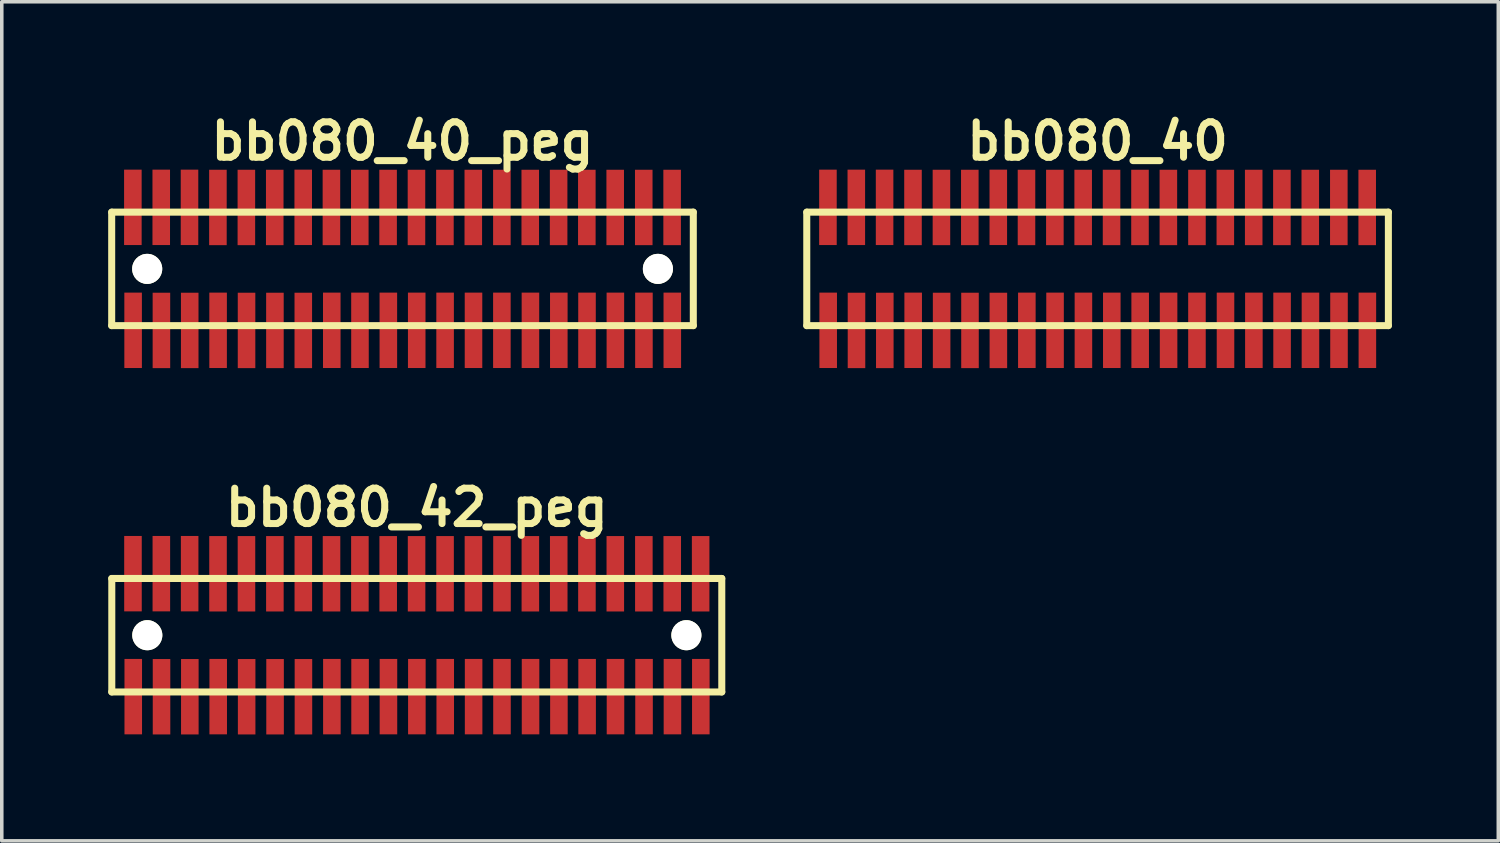
<source format=kicad_pcb>
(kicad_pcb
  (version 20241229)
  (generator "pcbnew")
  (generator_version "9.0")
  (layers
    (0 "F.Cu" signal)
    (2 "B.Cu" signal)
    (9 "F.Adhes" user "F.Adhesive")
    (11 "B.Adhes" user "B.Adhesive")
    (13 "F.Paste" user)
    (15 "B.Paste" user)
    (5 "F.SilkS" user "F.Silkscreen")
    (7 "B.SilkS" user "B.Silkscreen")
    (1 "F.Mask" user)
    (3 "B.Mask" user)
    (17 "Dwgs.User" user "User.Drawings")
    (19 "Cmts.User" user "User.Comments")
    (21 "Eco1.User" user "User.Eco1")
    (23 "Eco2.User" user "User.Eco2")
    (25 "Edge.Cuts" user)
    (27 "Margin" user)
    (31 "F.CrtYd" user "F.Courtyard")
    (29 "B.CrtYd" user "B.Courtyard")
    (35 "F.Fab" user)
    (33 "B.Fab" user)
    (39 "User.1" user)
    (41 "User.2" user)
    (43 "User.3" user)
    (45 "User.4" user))
  (footprint "bb080_42_peg"
    (layer "F.Cu")
    (at 8.7 14.859)
    (property "Reference" "bb080_42_peg" (at 0 -3.599 0) (layer "F.SilkS") (effects (font (size 0.998 0.998) (thickness 0.198))))
    (attr through_hole)
    (fp_line (start -8.6 -1.6) (end 8.6 -1.6) (stroke (width 0.198) (type solid)) (layer "F.SilkS"))
    (fp_line (start -8.598 -1.6) (end -8.598 1.6) (stroke (width 0.198) (type solid)) (layer "F.SilkS"))
    (fp_line (start 8.6 1.6) (end -8.6 1.6) (stroke (width 0.198) (type solid)) (layer "F.SilkS"))
    (fp_line (start 8.6 1.6) (end 8.6 -1.6) (stroke (width 0.198) (type solid)) (layer "F.SilkS"))
    (pad "" np_thru_hole circle (at -7.597 0) (size 0.848 0.848) (drill 0.848) (layers "*.Cu" "*.Mask" "F.SilkS"))
    (pad "" np_thru_hole circle (at 7.602 0) (size 0.848 0.848) (drill 0.848) (layers "*.Cu" "*.Mask" "F.SilkS"))
    (pad "1" smd rect (at -7.993 1.732) (size 0.495 2.126) (layers "F.Cu" "F.Mask" "F.Paste"))
    (pad "2" smd rect (at -8.001 -1.735) (size 0.495 2.126) (layers "F.Cu" "F.Mask" "F.Paste"))
    (pad "3" smd rect (at -7.196 1.735) (size 0.495 2.126) (layers "F.Cu" "F.Mask" "F.Paste"))
    (pad "4" smd rect (at -7.201 -1.735) (size 0.495 2.126) (layers "F.Cu" "F.Mask" "F.Paste"))
    (pad "5" smd rect (at -6.398 1.735) (size 0.495 2.126) (layers "F.Cu" "F.Mask" "F.Paste"))
    (pad "6" smd rect (at -6.403 -1.735) (size 0.495 2.126) (layers "F.Cu" "F.Mask" "F.Paste"))
    (pad "7" smd rect (at -5.598 1.732) (size 0.495 2.126) (layers "F.Cu" "F.Mask" "F.Paste"))
    (pad "8" smd rect (at -5.603 -1.732) (size 0.495 2.126) (layers "F.Cu" "F.Mask" "F.Paste"))
    (pad "9" smd rect (at -4.796 1.735) (size 0.495 2.126) (layers "F.Cu" "F.Mask" "F.Paste"))
    (pad "10" smd rect (at -4.801 -1.732) (size 0.495 2.126) (layers "F.Cu" "F.Mask" "F.Paste"))
    (pad "11" smd rect (at -3.995 1.735) (size 0.495 2.126) (layers "F.Cu" "F.Mask" "F.Paste"))
    (pad "12" smd rect (at -4 -1.732) (size 0.495 2.126) (layers "F.Cu" "F.Mask" "F.Paste"))
    (pad "13" smd rect (at -3.195 1.735) (size 0.495 2.126) (layers "F.Cu" "F.Mask" "F.Paste"))
    (pad "14" smd rect (at -3.198 -1.735) (size 0.495 2.126) (layers "F.Cu" "F.Mask" "F.Paste"))
    (pad "15" smd rect (at -2.393 1.732) (size 0.495 2.126) (layers "F.Cu" "F.Mask" "F.Paste"))
    (pad "16" smd rect (at -2.403 -1.732) (size 0.495 2.126) (layers "F.Cu" "F.Mask" "F.Paste"))
    (pad "17" smd rect (at -1.598 1.732) (size 0.495 2.126) (layers "F.Cu" "F.Mask" "F.Paste"))
    (pad "18" smd rect (at -1.603 -1.732) (size 0.495 2.126) (layers "F.Cu" "F.Mask" "F.Paste"))
    (pad "19" smd rect (at -0.798 1.732) (size 0.495 2.126) (layers "F.Cu" "F.Mask" "F.Paste"))
    (pad "20" smd rect (at -0.805 -1.732) (size 0.495 2.126) (layers "F.Cu" "F.Mask" "F.Paste"))
    (pad "21" smd rect (at 0.003 1.732) (size 0.495 2.126) (layers "F.Cu" "F.Mask" "F.Paste"))
    (pad "22" smd rect (at -0.005 -1.732) (size 0.495 2.126) (layers "F.Cu" "F.Mask" "F.Paste"))
    (pad "23" smd rect (at 0.803 1.732) (size 0.495 2.126) (layers "F.Cu" "F.Mask" "F.Paste"))
    (pad "24" smd rect (at 0.798 -1.732) (size 0.495 2.126) (layers "F.Cu" "F.Mask" "F.Paste"))
    (pad "25" smd rect (at 1.603 1.732) (size 0.495 2.126) (layers "F.Cu" "F.Mask" "F.Paste"))
    (pad "26" smd rect (at 1.598 -1.732) (size 0.495 2.126) (layers "F.Cu" "F.Mask" "F.Paste"))
    (pad "27" smd rect (at 2.403 1.732) (size 0.495 2.126) (layers "F.Cu" "F.Mask" "F.Paste"))
    (pad "28" smd rect (at 2.403 -1.732) (size 0.495 2.126) (layers "F.Cu" "F.Mask" "F.Paste"))
    (pad "29" smd rect (at 3.208 1.732) (size 0.495 2.126) (layers "F.Cu" "F.Mask" "F.Paste"))
    (pad "30" smd rect (at 3.203 -1.732) (size 0.495 2.126) (layers "F.Cu" "F.Mask" "F.Paste"))
    (pad "31" smd rect (at 4.008 1.732) (size 0.495 2.126) (layers "F.Cu" "F.Mask" "F.Paste"))
    (pad "32" smd rect (at 4.003 -1.732) (size 0.495 2.126) (layers "F.Cu" "F.Mask" "F.Paste"))
    (pad "33" smd rect (at 4.803 1.732) (size 0.495 2.126) (layers "F.Cu" "F.Mask" "F.Paste"))
    (pad "34" smd rect (at 4.798 -1.732) (size 0.495 2.126) (layers "F.Cu" "F.Mask" "F.Paste"))
    (pad "35" smd rect (at 5.603 1.732) (size 0.495 2.126) (layers "F.Cu" "F.Mask" "F.Paste"))
    (pad "36" smd rect (at 5.598 -1.732) (size 0.495 2.126) (layers "F.Cu" "F.Mask" "F.Paste"))
    (pad "37" smd rect (at 6.408 1.732) (size 0.495 2.126) (layers "F.Cu" "F.Mask" "F.Paste"))
    (pad "38" smd rect (at 6.403 -1.732) (size 0.495 2.126) (layers "F.Cu" "F.Mask" "F.Paste"))
    (pad "39" smd rect (at 7.209 1.732) (size 0.495 2.126) (layers "F.Cu" "F.Mask" "F.Paste"))
    (pad "40" smd rect (at 7.203 -1.732) (size 0.495 2.126) (layers "F.Cu" "F.Mask" "F.Paste"))
    (pad "41" smd rect (at 8.009 1.732) (size 0.495 2.126) (layers "F.Cu" "F.Mask" "F.Paste"))
    (pad "42" smd rect (at 8.004 -1.732) (size 0.495 2.126) (layers "F.Cu" "F.Mask" "F.Paste")))
  (footprint "bb080_40_peg"
    (layer "F.Cu")
    (at 8.298 4.531)
    (property "Reference" "bb080_40_peg" (at 0 -3.599 0) (layer "F.SilkS") (effects (font (size 0.998 0.998) (thickness 0.198))))
    (attr through_hole)
    (fp_line (start -8.199 -1.6) (end -8.199 1.6) (stroke (width 0.198) (type solid)) (layer "F.SilkS"))
    (fp_line (start -8.199 -1.6) (end 8.199 -1.6) (stroke (width 0.198) (type solid)) (layer "F.SilkS"))
    (fp_line (start 8.199 1.6) (end -8.199 1.6) (stroke (width 0.198) (type solid)) (layer "F.SilkS"))
    (fp_line (start 8.199 1.6) (end 8.199 -1.6) (stroke (width 0.198) (type solid)) (layer "F.SilkS"))
    (pad "" np_thru_hole circle (at -7.198 0) (size 0.848 0.848) (drill 0.848) (layers "*.Cu" "*.Mask" "F.SilkS"))
    (pad "" np_thru_hole circle (at 7.201 0) (size 0.848 0.848) (drill 0.848) (layers "*.Cu" "*.Mask" "F.SilkS"))
    (pad "1" smd rect (at -7.595 1.732) (size 0.495 2.126) (layers "F.Cu" "F.Mask" "F.Paste"))
    (pad "2" smd rect (at -7.602 -1.735) (size 0.495 2.126) (layers "F.Cu" "F.Mask" "F.Paste"))
    (pad "3" smd rect (at -6.797 1.735) (size 0.495 2.126) (layers "F.Cu" "F.Mask" "F.Paste"))
    (pad "4" smd rect (at -6.802 -1.735) (size 0.495 2.126) (layers "F.Cu" "F.Mask" "F.Paste"))
    (pad "5" smd rect (at -5.999 1.735) (size 0.495 2.126) (layers "F.Cu" "F.Mask" "F.Paste"))
    (pad "6" smd rect (at -6.005 -1.735) (size 0.495 2.126) (layers "F.Cu" "F.Mask" "F.Paste"))
    (pad "7" smd rect (at -5.199 1.732) (size 0.495 2.126) (layers "F.Cu" "F.Mask" "F.Paste"))
    (pad "8" smd rect (at -5.204 -1.732) (size 0.495 2.126) (layers "F.Cu" "F.Mask" "F.Paste"))
    (pad "9" smd rect (at -4.397 1.735) (size 0.495 2.126) (layers "F.Cu" "F.Mask" "F.Paste"))
    (pad "10" smd rect (at -4.402 -1.732) (size 0.495 2.126) (layers "F.Cu" "F.Mask" "F.Paste"))
    (pad "11" smd rect (at -3.597 1.735) (size 0.495 2.126) (layers "F.Cu" "F.Mask" "F.Paste"))
    (pad "12" smd rect (at -3.602 -1.732) (size 0.495 2.126) (layers "F.Cu" "F.Mask" "F.Paste"))
    (pad "13" smd rect (at -2.797 1.735) (size 0.495 2.126) (layers "F.Cu" "F.Mask" "F.Paste"))
    (pad "14" smd rect (at -2.799 -1.735) (size 0.495 2.126) (layers "F.Cu" "F.Mask" "F.Paste"))
    (pad "15" smd rect (at -1.994 1.732) (size 0.495 2.126) (layers "F.Cu" "F.Mask" "F.Paste"))
    (pad "16" smd rect (at -2.004 -1.732) (size 0.495 2.126) (layers "F.Cu" "F.Mask" "F.Paste"))
    (pad "17" smd rect (at -1.199 1.732) (size 0.495 2.126) (layers "F.Cu" "F.Mask" "F.Paste"))
    (pad "18" smd rect (at -1.204 -1.732) (size 0.495 2.126) (layers "F.Cu" "F.Mask" "F.Paste"))
    (pad "19" smd rect (at -0.399 1.732) (size 0.495 2.126) (layers "F.Cu" "F.Mask" "F.Paste"))
    (pad "20" smd rect (at -0.406 -1.732) (size 0.495 2.126) (layers "F.Cu" "F.Mask" "F.Paste"))
    (pad "21" smd rect (at 0.401 1.732) (size 0.495 2.126) (layers "F.Cu" "F.Mask" "F.Paste"))
    (pad "22" smd rect (at 0.394 -1.732) (size 0.495 2.126) (layers "F.Cu" "F.Mask" "F.Paste"))
    (pad "23" smd rect (at 1.201 1.732) (size 0.495 2.126) (layers "F.Cu" "F.Mask" "F.Paste"))
    (pad "24" smd rect (at 1.196 -1.732) (size 0.495 2.126) (layers "F.Cu" "F.Mask" "F.Paste"))
    (pad "25" smd rect (at 2.002 1.732) (size 0.495 2.126) (layers "F.Cu" "F.Mask" "F.Paste"))
    (pad "26" smd rect (at 1.996 -1.732) (size 0.495 2.126) (layers "F.Cu" "F.Mask" "F.Paste"))
    (pad "27" smd rect (at 2.802 1.732) (size 0.495 2.126) (layers "F.Cu" "F.Mask" "F.Paste"))
    (pad "28" smd rect (at 2.802 -1.732) (size 0.495 2.126) (layers "F.Cu" "F.Mask" "F.Paste"))
    (pad "29" smd rect (at 3.607 1.732) (size 0.495 2.126) (layers "F.Cu" "F.Mask" "F.Paste"))
    (pad "30" smd rect (at 3.602 -1.732) (size 0.495 2.126) (layers "F.Cu" "F.Mask" "F.Paste"))
    (pad "31" smd rect (at 4.407 1.732) (size 0.495 2.126) (layers "F.Cu" "F.Mask" "F.Paste"))
    (pad "32" smd rect (at 4.402 -1.732) (size 0.495 2.126) (layers "F.Cu" "F.Mask" "F.Paste"))
    (pad "33" smd rect (at 5.202 1.732) (size 0.495 2.126) (layers "F.Cu" "F.Mask" "F.Paste"))
    (pad "34" smd rect (at 5.197 -1.732) (size 0.495 2.126) (layers "F.Cu" "F.Mask" "F.Paste"))
    (pad "35" smd rect (at 6.002 1.732) (size 0.495 2.126) (layers "F.Cu" "F.Mask" "F.Paste"))
    (pad "36" smd rect (at 5.997 -1.732) (size 0.495 2.126) (layers "F.Cu" "F.Mask" "F.Paste"))
    (pad "37" smd rect (at 6.807 1.732) (size 0.495 2.126) (layers "F.Cu" "F.Mask" "F.Paste"))
    (pad "38" smd rect (at 6.802 -1.732) (size 0.495 2.126) (layers "F.Cu" "F.Mask" "F.Paste"))
    (pad "39" smd rect (at 7.607 1.732) (size 0.495 2.126) (layers "F.Cu" "F.Mask" "F.Paste"))
    (pad "40" smd rect (at 7.602 -1.732) (size 0.495 2.126) (layers "F.Cu" "F.Mask" "F.Paste")))
  (footprint "bb080_40"
    (layer "F.Cu")
    (at 27.895 4.531)
    (property "Reference" "bb080_40" (at 0 -3.599 0) (layer "F.SilkS") (effects (font (size 0.998 0.998) (thickness 0.198))))
    (attr through_hole)
    (fp_line (start -8.199 -1.6) (end -8.199 1.6) (stroke (width 0.198) (type solid)) (layer "F.SilkS"))
    (fp_line (start -8.199 -1.6) (end 8.199 -1.6) (stroke (width 0.198) (type solid)) (layer "F.SilkS"))
    (fp_line (start 8.199 1.6) (end -8.199 1.6) (stroke (width 0.198) (type solid)) (layer "F.SilkS"))
    (fp_line (start 8.199 1.6) (end 8.199 -1.6) (stroke (width 0.198) (type solid)) (layer "F.SilkS"))
    (pad "1" smd rect (at -7.595 1.732) (size 0.495 2.126) (layers "F.Cu" "F.Mask" "F.Paste"))
    (pad "2" smd rect (at -7.602 -1.735) (size 0.495 2.126) (layers "F.Cu" "F.Mask" "F.Paste"))
    (pad "3" smd rect (at -6.797 1.735) (size 0.495 2.126) (layers "F.Cu" "F.Mask" "F.Paste"))
    (pad "4" smd rect (at -6.802 -1.735) (size 0.495 2.126) (layers "F.Cu" "F.Mask" "F.Paste"))
    (pad "5" smd rect (at -5.999 1.735) (size 0.495 2.126) (layers "F.Cu" "F.Mask" "F.Paste"))
    (pad "6" smd rect (at -6.005 -1.735) (size 0.495 2.126) (layers "F.Cu" "F.Mask" "F.Paste"))
    (pad "7" smd rect (at -5.199 1.732) (size 0.495 2.126) (layers "F.Cu" "F.Mask" "F.Paste"))
    (pad "8" smd rect (at -5.204 -1.732) (size 0.495 2.126) (layers "F.Cu" "F.Mask" "F.Paste"))
    (pad "9" smd rect (at -4.397 1.735) (size 0.495 2.126) (layers "F.Cu" "F.Mask" "F.Paste"))
    (pad "10" smd rect (at -4.402 -1.732) (size 0.495 2.126) (layers "F.Cu" "F.Mask" "F.Paste"))
    (pad "11" smd rect (at -3.597 1.735) (size 0.495 2.126) (layers "F.Cu" "F.Mask" "F.Paste"))
    (pad "12" smd rect (at -3.602 -1.732) (size 0.495 2.126) (layers "F.Cu" "F.Mask" "F.Paste"))
    (pad "13" smd rect (at -2.797 1.735) (size 0.495 2.126) (layers "F.Cu" "F.Mask" "F.Paste"))
    (pad "14" smd rect (at -2.799 -1.735) (size 0.495 2.126) (layers "F.Cu" "F.Mask" "F.Paste"))
    (pad "15" smd rect (at -1.994 1.732) (size 0.495 2.126) (layers "F.Cu" "F.Mask" "F.Paste"))
    (pad "16" smd rect (at -2.004 -1.732) (size 0.495 2.126) (layers "F.Cu" "F.Mask" "F.Paste"))
    (pad "17" smd rect (at -1.199 1.732) (size 0.495 2.126) (layers "F.Cu" "F.Mask" "F.Paste"))
    (pad "18" smd rect (at -1.204 -1.732) (size 0.495 2.126) (layers "F.Cu" "F.Mask" "F.Paste"))
    (pad "19" smd rect (at -0.399 1.732) (size 0.495 2.126) (layers "F.Cu" "F.Mask" "F.Paste"))
    (pad "20" smd rect (at -0.406 -1.732) (size 0.495 2.126) (layers "F.Cu" "F.Mask" "F.Paste"))
    (pad "21" smd rect (at 0.401 1.732) (size 0.495 2.126) (layers "F.Cu" "F.Mask" "F.Paste"))
    (pad "22" smd rect (at 0.394 -1.732) (size 0.495 2.126) (layers "F.Cu" "F.Mask" "F.Paste"))
    (pad "23" smd rect (at 1.201 1.732) (size 0.495 2.126) (layers "F.Cu" "F.Mask" "F.Paste"))
    (pad "24" smd rect (at 1.196 -1.732) (size 0.495 2.126) (layers "F.Cu" "F.Mask" "F.Paste"))
    (pad "25" smd rect (at 2.002 1.732) (size 0.495 2.126) (layers "F.Cu" "F.Mask" "F.Paste"))
    (pad "26" smd rect (at 1.996 -1.732) (size 0.495 2.126) (layers "F.Cu" "F.Mask" "F.Paste"))
    (pad "27" smd rect (at 2.802 1.732) (size 0.495 2.126) (layers "F.Cu" "F.Mask" "F.Paste"))
    (pad "28" smd rect (at 2.802 -1.732) (size 0.495 2.126) (layers "F.Cu" "F.Mask" "F.Paste"))
    (pad "29" smd rect (at 3.607 1.732) (size 0.495 2.126) (layers "F.Cu" "F.Mask" "F.Paste"))
    (pad "30" smd rect (at 3.602 -1.732) (size 0.495 2.126) (layers "F.Cu" "F.Mask" "F.Paste"))
    (pad "31" smd rect (at 4.407 1.732) (size 0.495 2.126) (layers "F.Cu" "F.Mask" "F.Paste"))
    (pad "32" smd rect (at 4.402 -1.732) (size 0.495 2.126) (layers "F.Cu" "F.Mask" "F.Paste"))
    (pad "33" smd rect (at 5.202 1.732) (size 0.495 2.126) (layers "F.Cu" "F.Mask" "F.Paste"))
    (pad "34" smd rect (at 5.197 -1.732) (size 0.495 2.126) (layers "F.Cu" "F.Mask" "F.Paste"))
    (pad "35" smd rect (at 6.002 1.732) (size 0.495 2.126) (layers "F.Cu" "F.Mask" "F.Paste"))
    (pad "36" smd rect (at 5.997 -1.732) (size 0.495 2.126) (layers "F.Cu" "F.Mask" "F.Paste"))
    (pad "37" smd rect (at 6.807 1.732) (size 0.495 2.126) (layers "F.Cu" "F.Mask" "F.Paste"))
    (pad "38" smd rect (at 6.802 -1.732) (size 0.495 2.126) (layers "F.Cu" "F.Mask" "F.Paste"))
    (pad "39" smd rect (at 7.607 1.732) (size 0.495 2.126) (layers "F.Cu" "F.Mask" "F.Paste"))
    (pad "40" smd rect (at 7.602 -1.732) (size 0.495 2.126) (layers "F.Cu" "F.Mask" "F.Paste")))
  (gr_rect
    (start -3 -3)
    (end 39.193 20.657)
    (stroke (width 0.1) (type default))
    (fill no)
    (layer "Edge.Cuts")))
</source>
